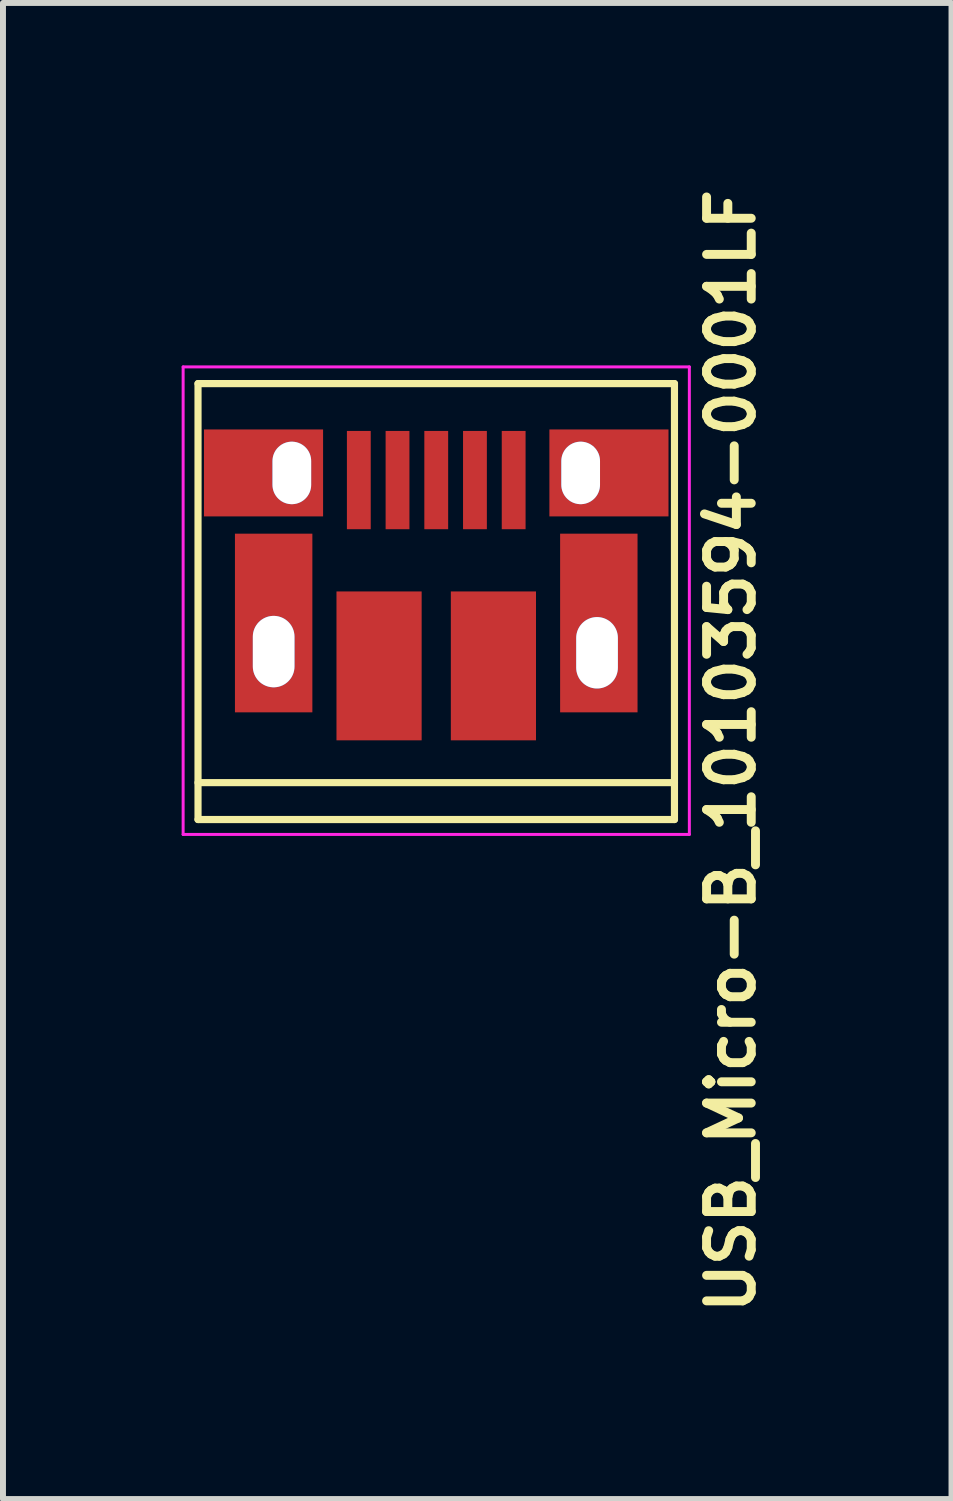
<source format=kicad_pcb>
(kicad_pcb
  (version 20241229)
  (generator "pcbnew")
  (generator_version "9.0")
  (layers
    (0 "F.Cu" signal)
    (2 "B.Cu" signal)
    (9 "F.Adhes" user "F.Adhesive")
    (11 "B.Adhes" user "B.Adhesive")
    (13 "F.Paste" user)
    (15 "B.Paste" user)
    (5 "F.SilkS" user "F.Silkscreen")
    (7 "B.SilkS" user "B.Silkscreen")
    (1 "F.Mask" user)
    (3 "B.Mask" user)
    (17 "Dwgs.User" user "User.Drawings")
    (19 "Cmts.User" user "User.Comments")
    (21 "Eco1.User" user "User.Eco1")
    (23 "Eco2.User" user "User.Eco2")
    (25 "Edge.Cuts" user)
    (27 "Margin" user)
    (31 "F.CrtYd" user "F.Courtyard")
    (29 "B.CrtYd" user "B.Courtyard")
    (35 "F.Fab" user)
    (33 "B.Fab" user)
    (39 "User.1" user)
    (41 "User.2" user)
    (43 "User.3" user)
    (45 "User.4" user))
  (footprint "USB_Micro-B_10103594-0001LF"
    (layer "F.Cu")
    (at 4.275 6.511)
    (property "Reference" "USB_Micro-B_10103594-0001LF" (at 4.95 3.05 90) (layer "F.SilkS") (effects (font (size 0.75 0.75) (thickness 0.15))))
    (attr smd)
    (fp_line (start -4 -3.12) (end 4 -3.12) (stroke (width 0.12) (type solid)) (layer "F.SilkS"))
    (fp_line (start -4 4.2) (end -4 -3.12) (stroke (width 0.12) (type solid)) (layer "F.SilkS"))
    (fp_line (start -4 4.2) (end 4 4.2) (stroke (width 0.12) (type solid)) (layer "F.SilkS"))
    (fp_line (start 4 -3.12) (end 4 4.2) (stroke (width 0.12) (type solid)) (layer "F.SilkS"))
    (fp_line (start 4 3.58) (end -4 3.58) (stroke (width 0.12) (type solid)) (layer "F.SilkS"))
    (fp_line (start -4.25 -3.4) (end 4.25 -3.4) (stroke (width 0.05) (type solid)) (layer "F.CrtYd"))
    (fp_line (start -4.25 4.45) (end -4.25 -3.4) (stroke (width 0.05) (type solid)) (layer "F.CrtYd"))
    (fp_line (start 4.25 -3.4) (end 4.25 4.45) (stroke (width 0.05) (type solid)) (layer "F.CrtYd"))
    (fp_line (start 4.25 4.45) (end -4.25 4.45) (stroke (width 0.05) (type solid)) (layer "F.CrtYd"))
    (pad "" smd rect (at -2.9 -1.62) (size 2 1.46) (layers "F.Cu" "F.Mask" "F.Paste"))
    (pad "" smd rect (at -2.73 0.9 90) (size 3 1.3) (layers "F.Cu" "F.Mask" "F.Paste"))
    (pad "" thru_hole oval (at -2.73 1.38 90) (size 1.2 0.7) (drill oval 1.2 0.7) (layers "*.Cu" "*.Mask"))
    (pad "" thru_hole oval (at -2.425 -1.62 90) (size 1.05 0.65) (drill oval 1.05 0.65) (layers "*.Cu" "*.Mask"))
    (pad "" thru_hole oval (at 2.425 -1.62 90) (size 1.05 0.65) (drill oval 1.05 0.65) (layers "*.Cu" "*.Mask"))
    (pad "" thru_hole oval (at 2.7 1.4 90) (size 1.2 0.7) (drill oval 1.2 0.7) (layers "*.Cu" "*.Mask"))
    (pad "" smd rect (at 2.73 0.9 90) (size 3 1.3) (layers "F.Cu" "F.Mask" "F.Paste"))
    (pad "" smd rect (at 2.9 -1.62) (size 2 1.46) (layers "F.Cu" "F.Mask" "F.Paste"))
    (pad "1" smd rect (at -1.3 -1.5 90) (size 1.65 0.4) (layers "F.Cu" "F.Mask" "F.Paste"))
    (pad "2" smd rect (at -0.65 -1.5 90) (size 1.65 0.4) (layers "F.Cu" "F.Mask" "F.Paste"))
    (pad "3" smd rect (at 0 -1.5 90) (size 1.65 0.4) (layers "F.Cu" "F.Mask" "F.Paste"))
    (pad "4" smd rect (at 0.65 -1.5 90) (size 1.65 0.4) (layers "F.Cu" "F.Mask" "F.Paste"))
    (pad "5" smd rect (at 1.3 -1.5 90) (size 1.65 0.4) (layers "F.Cu" "F.Mask" "F.Paste"))
    (pad "6" smd rect (at -0.96 1.62 90) (size 2.5 1.43) (layers "F.Cu" "F.Mask" "F.Paste"))
    (pad "6" smd rect (at 0.96 1.62 90) (size 2.5 1.43) (layers "F.Cu" "F.Mask" "F.Paste")))
  (gr_rect
    (start -3 -3)
    (end 12.927 22.121)
    (stroke (width 0.1) (type default))
    (fill no)
    (layer "Edge.Cuts")))
</source>
